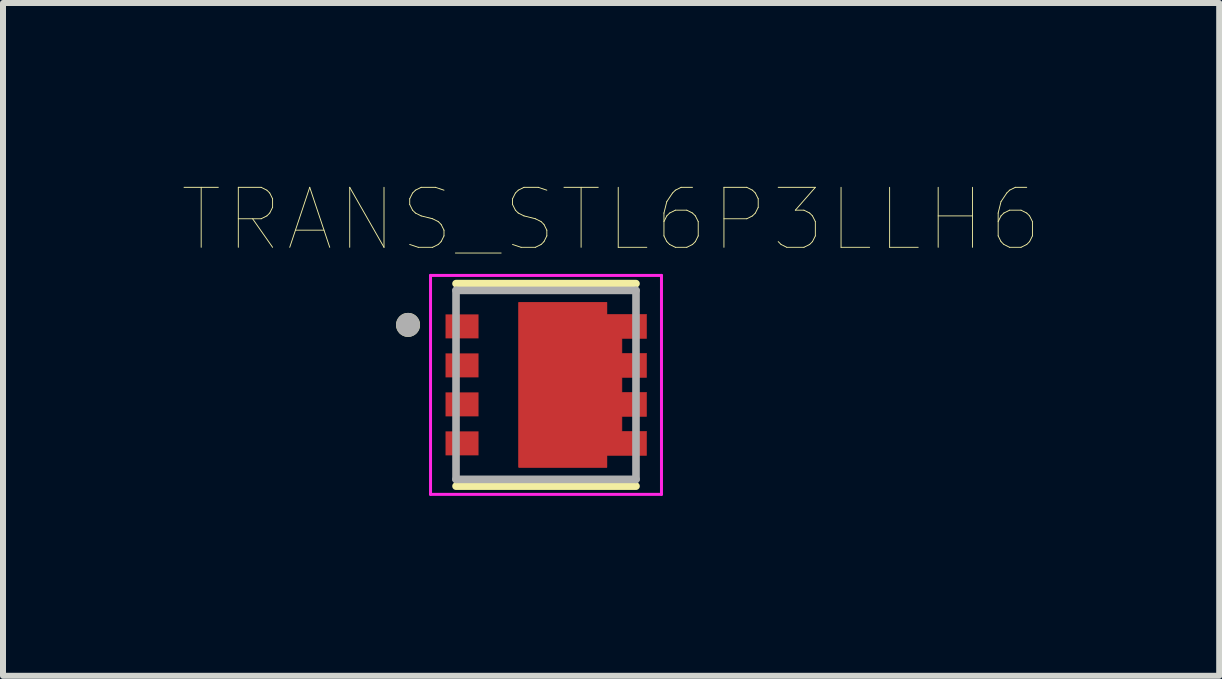
<source format=kicad_pcb>
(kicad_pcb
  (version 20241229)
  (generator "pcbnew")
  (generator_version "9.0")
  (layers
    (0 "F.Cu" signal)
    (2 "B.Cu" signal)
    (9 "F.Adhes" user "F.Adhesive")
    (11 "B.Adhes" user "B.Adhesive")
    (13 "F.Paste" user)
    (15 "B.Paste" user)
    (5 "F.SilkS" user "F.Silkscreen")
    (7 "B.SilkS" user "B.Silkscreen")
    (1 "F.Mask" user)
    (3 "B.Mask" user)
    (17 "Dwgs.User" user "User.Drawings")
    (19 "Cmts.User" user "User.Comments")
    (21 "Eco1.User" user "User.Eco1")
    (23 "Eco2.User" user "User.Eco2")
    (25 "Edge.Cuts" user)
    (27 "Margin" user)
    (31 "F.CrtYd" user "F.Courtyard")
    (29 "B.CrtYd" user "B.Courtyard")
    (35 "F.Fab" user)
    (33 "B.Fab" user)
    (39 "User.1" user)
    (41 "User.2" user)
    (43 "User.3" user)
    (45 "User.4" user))
  (footprint "TRANS_STL6P3LLH6"
    (layer "F.Cu")
    (at 6.052 3.366)
    (property "Reference" "TRANS_STL6P3LLH6" (at 1.085 -2.755 0) (layer "F.SilkS") (effects (font (size 1 1) (thickness 0.015))))
    (attr through_hole)
    (fp_poly (pts (xy -0.455 -1.375) (xy -0.455 1.375) (xy 1.015 1.375) (xy 1.015 1.175) (xy 1.675 1.175) (xy 1.675 0.775) (xy 1.265 0.775) (xy 1.265 0.525) (xy 1.675 0.525) (xy 1.675 0.125) (xy 1.265 0.125) (xy 1.265 -0.125) (xy 1.675 -0.125) (xy 1.675 -0.525) (xy 1.265 -0.525) (xy 1.265 -0.775) (xy 1.675 -0.775) (xy 1.675 -1.175) (xy 1.015 -1.175) (xy 1.015 -1.375)) (stroke (width 0.01) (type solid)) (fill yes) (layer "F.Cu"))
    (fp_poly (pts (xy -0.555 -1.475) (xy -0.555 1.475) (xy 1.115 1.475) (xy 1.115 1.225) (xy 1.725 1.225) (xy 1.725 0.725) (xy 1.315 0.725) (xy 1.315 0.575) (xy 1.725 0.575) (xy 1.725 0.075) (xy 1.315 0.075) (xy 1.315 -0.075) (xy 1.725 -0.075) (xy 1.725 -0.575) (xy 1.315 -0.575) (xy 1.315 -0.725) (xy 1.725 -0.725) (xy 1.725 -1.225) (xy 1.115 -1.225) (xy 1.115 -1.475)) (stroke (width 0.01) (type solid)) (fill yes) (layer "F.Mask"))
    (fp_line (start 1.5 -1.688) (end -1.5 -1.688) (stroke (width 0.127) (type solid)) (layer "F.SilkS"))
    (fp_line (start 1.5 1.688) (end -1.5 1.688) (stroke (width 0.127) (type solid)) (layer "F.SilkS"))
    (fp_circle (center -2.3 -1) (end -2.2 -1) (stroke (width 0.2) (type solid)) (fill no) (layer "F.SilkS"))
    (fp_poly (pts (xy -0.59 -0.465) (xy 1.15 -0.465) (xy 1.15 0.465) (xy -0.59 0.465)) (stroke (width 0.01) (type solid)) (fill yes) (layer "F.Paste"))
    (fp_poly (pts (xy 1.2 -1.25) (xy 1.6 -1.25) (xy 1.6 -0.7) (xy 1.2 -0.7)) (stroke (width 0.01) (type solid)) (fill yes) (layer "F.Paste"))
    (fp_poly (pts (xy 1.2 -0.6) (xy 1.6 -0.6) (xy 1.6 -0.05) (xy 1.2 -0.05)) (stroke (width 0.01) (type solid)) (fill yes) (layer "F.Paste"))
    (fp_poly (pts (xy 1.2 0.05) (xy 1.6 0.05) (xy 1.6 0.6) (xy 1.2 0.6)) (stroke (width 0.01) (type solid)) (fill yes) (layer "F.Paste"))
    (fp_poly (pts (xy 1.2 0.7) (xy 1.6 0.7) (xy 1.6 1.25) (xy 1.2 1.25)) (stroke (width 0.01) (type solid)) (fill yes) (layer "F.Paste"))
    (fp_line (start -1.925 -1.825) (end 1.925 -1.825) (stroke (width 0.05) (type solid)) (layer "F.CrtYd"))
    (fp_line (start -1.925 1.825) (end -1.925 -1.825) (stroke (width 0.05) (type solid)) (layer "F.CrtYd"))
    (fp_line (start 1.925 -1.825) (end 1.925 1.825) (stroke (width 0.05) (type solid)) (layer "F.CrtYd"))
    (fp_line (start 1.925 1.825) (end -1.925 1.825) (stroke (width 0.05) (type solid)) (layer "F.CrtYd"))
    (fp_line (start -1.5 -1.575) (end 1.5 -1.575) (stroke (width 0.127) (type solid)) (layer "F.Fab"))
    (fp_line (start -1.5 1.575) (end -1.5 -1.575) (stroke (width 0.127) (type solid)) (layer "F.Fab"))
    (fp_line (start 1.5 -1.575) (end 1.5 1.575) (stroke (width 0.127) (type solid)) (layer "F.Fab"))
    (fp_line (start 1.5 1.575) (end -1.5 1.575) (stroke (width 0.127) (type solid)) (layer "F.Fab"))
    (fp_circle (center -2.3 -1) (end -2.2 -1) (stroke (width 0.2) (type solid)) (fill no) (layer "F.Fab"))
    (pad "1" smd rect (at -1.4 -0.975) (size 0.55 0.4) (layers "F.Cu" "F.Mask" "F.Paste"))
    (pad "2" smd rect (at -1.4 -0.325) (size 0.55 0.4) (layers "F.Cu" "F.Mask" "F.Paste"))
    (pad "3" smd rect (at -1.4 0.325) (size 0.55 0.4) (layers "F.Cu" "F.Mask" "F.Paste"))
    (pad "4" smd rect (at -1.4 0.975) (size 0.55 0.4) (layers "F.Cu" "F.Mask" "F.Paste"))
    (pad "5_6_7_8" smd rect (at 0.28 0) (size 1.47 2.75) (layers "F.Cu" "F.Mask")))
  (gr_rect
    (start -3 -3)
    (end 17.274 8.216)
    (stroke (width 0.1) (type default))
    (fill no)
    (layer "Edge.Cuts")))
</source>
